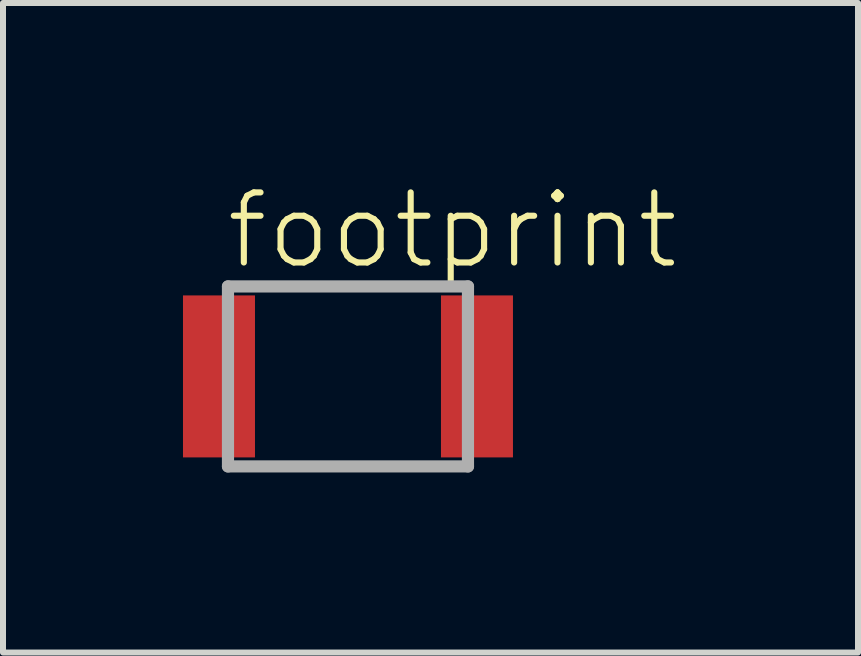
<source format=kicad_pcb>
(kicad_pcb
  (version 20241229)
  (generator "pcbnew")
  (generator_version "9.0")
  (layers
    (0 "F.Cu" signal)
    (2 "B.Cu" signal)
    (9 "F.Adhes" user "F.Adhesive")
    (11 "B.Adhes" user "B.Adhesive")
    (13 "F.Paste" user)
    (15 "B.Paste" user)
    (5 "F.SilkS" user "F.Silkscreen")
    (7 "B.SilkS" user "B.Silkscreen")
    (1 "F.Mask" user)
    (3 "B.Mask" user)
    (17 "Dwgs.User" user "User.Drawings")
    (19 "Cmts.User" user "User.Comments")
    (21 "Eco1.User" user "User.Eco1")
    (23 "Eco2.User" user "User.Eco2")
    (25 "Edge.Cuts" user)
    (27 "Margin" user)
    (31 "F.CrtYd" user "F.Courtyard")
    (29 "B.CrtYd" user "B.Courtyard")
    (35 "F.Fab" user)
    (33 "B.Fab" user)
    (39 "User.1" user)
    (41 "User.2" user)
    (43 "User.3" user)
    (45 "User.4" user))
  (footprint "footprint"
    (layer "F.Cu")
    (at 2.75 3.224)
    (property "Reference" "footprint" (at -2.081 -1.751 0) (layer "F.SilkS") (effects (font (size 1.168 1.168) (thickness 0.102)) (justify left bottom)))
    (fp_line (start -2 -1.5) (end -2 1.5) (stroke (width 0.203) (type solid)) (layer "F.Fab"))
    (fp_line (start -2 1.5) (end 2 1.5) (stroke (width 0.203) (type solid)) (layer "F.Fab"))
    (fp_line (start 2 -1.5) (end -2 -1.5) (stroke (width 0.203) (type solid)) (layer "F.Fab"))
    (fp_line (start 2 1.5) (end 2 -1.5) (stroke (width 0.203) (type solid)) (layer "F.Fab"))
    (pad "1" smd rect (at -2.15 0) (size 1.2 2.7) (layers "F.Cu" "F.Mask" "F.Paste"))
    (pad "2" smd rect (at 2.15 0) (size 1.2 2.7) (layers "F.Cu" "F.Mask" "F.Paste")))
  (gr_rect
    (start -3 -3)
    (end 11.251 7.826)
    (stroke (width 0.1) (type default))
    (fill no)
    (layer "Edge.Cuts")))
</source>
